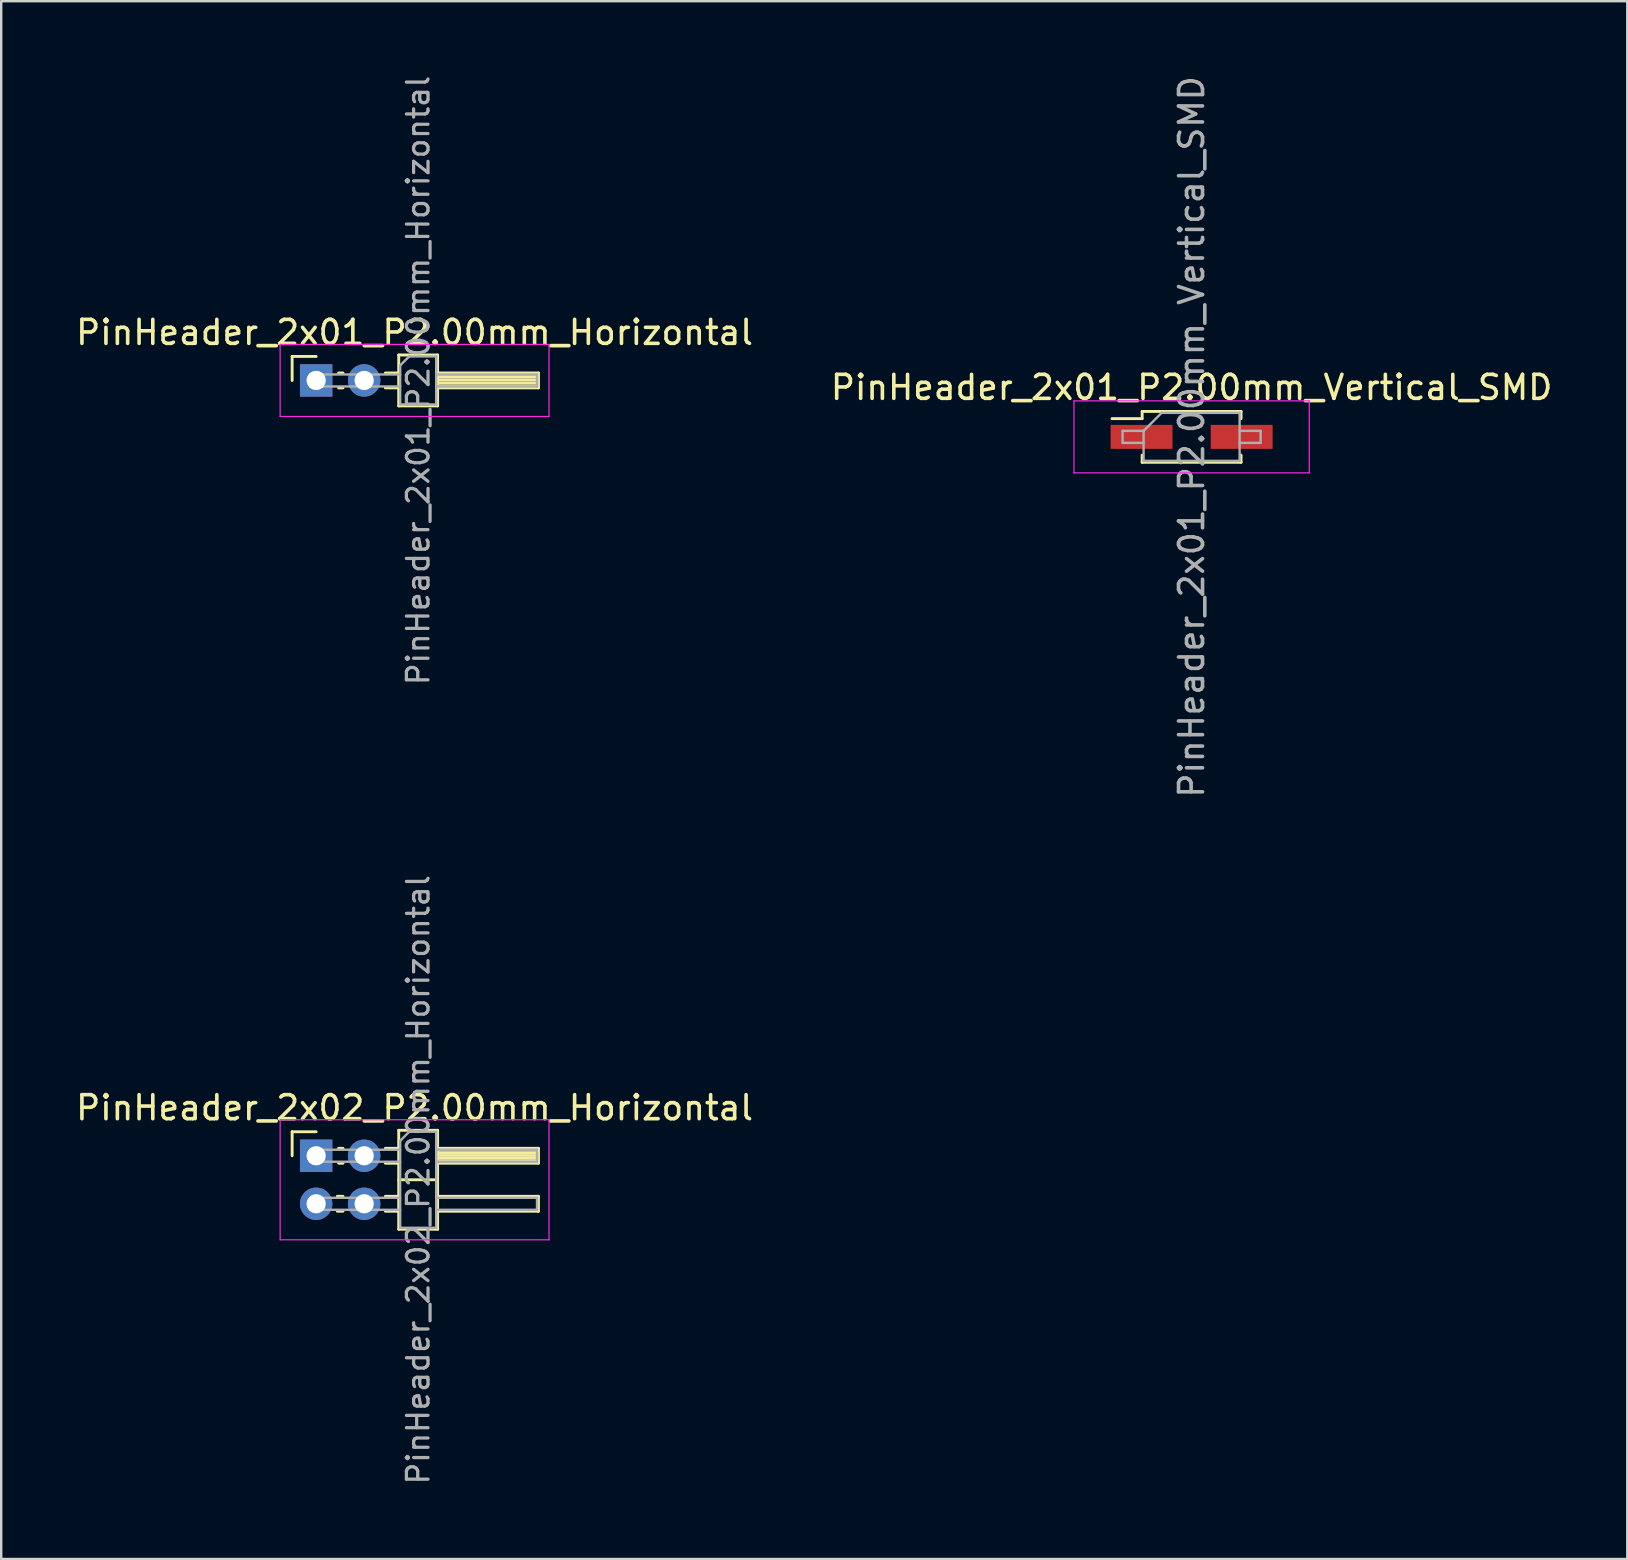
<source format=kicad_pcb>
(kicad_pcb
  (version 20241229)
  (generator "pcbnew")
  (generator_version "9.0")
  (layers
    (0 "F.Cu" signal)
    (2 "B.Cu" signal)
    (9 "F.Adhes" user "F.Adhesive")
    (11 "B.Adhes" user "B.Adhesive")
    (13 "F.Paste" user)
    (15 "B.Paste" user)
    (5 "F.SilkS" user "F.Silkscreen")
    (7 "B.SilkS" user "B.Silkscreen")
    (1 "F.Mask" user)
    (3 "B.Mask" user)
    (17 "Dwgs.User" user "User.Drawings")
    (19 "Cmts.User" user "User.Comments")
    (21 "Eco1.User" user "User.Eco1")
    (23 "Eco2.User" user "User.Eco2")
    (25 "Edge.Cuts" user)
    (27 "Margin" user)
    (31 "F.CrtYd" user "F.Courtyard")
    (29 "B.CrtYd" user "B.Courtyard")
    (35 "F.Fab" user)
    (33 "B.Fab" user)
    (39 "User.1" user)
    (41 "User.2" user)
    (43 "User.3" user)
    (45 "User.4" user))
  (footprint "PinHeader_2x01_P2.00mm_Horizontal"
    (layer "F.Cu")
    (at 10.12 12.798)
    (property "Reference" "PinHeader_2x01_P2.00mm_Horizontal" (at 4.1 -2 0) (layer "F.SilkS") (effects (font (size 1 1) (thickness 0.15))))
    (attr through_hole)
    (fp_line (start -1 -1) (end 0 -1) (stroke (width 0.12) (type solid)) (layer "F.SilkS"))
    (fp_line (start -1 0) (end -1 -1) (stroke (width 0.12) (type solid)) (layer "F.SilkS"))
    (fp_line (start 0.935 -0.31) (end 1.118 -0.31) (stroke (width 0.12) (type solid)) (layer "F.SilkS"))
    (fp_line (start 0.935 0.31) (end 1.118 0.31) (stroke (width 0.12) (type solid)) (layer "F.SilkS"))
    (fp_line (start 2.882 -0.31) (end 3.44 -0.31) (stroke (width 0.12) (type solid)) (layer "F.SilkS"))
    (fp_line (start 2.882 0.31) (end 3.44 0.31) (stroke (width 0.12) (type solid)) (layer "F.SilkS"))
    (fp_line (start 3.44 -1.06) (end 3.44 1.06) (stroke (width 0.12) (type solid)) (layer "F.SilkS"))
    (fp_line (start 3.44 1.06) (end 5.06 1.06) (stroke (width 0.12) (type solid)) (layer "F.SilkS"))
    (fp_line (start 5.06 -1.06) (end 3.44 -1.06) (stroke (width 0.12) (type solid)) (layer "F.SilkS"))
    (fp_line (start 5.06 -0.31) (end 9.26 -0.31) (stroke (width 0.12) (type solid)) (layer "F.SilkS"))
    (fp_line (start 5.06 -0.25) (end 9.26 -0.25) (stroke (width 0.12) (type solid)) (layer "F.SilkS"))
    (fp_line (start 5.06 -0.13) (end 9.26 -0.13) (stroke (width 0.12) (type solid)) (layer "F.SilkS"))
    (fp_line (start 5.06 -0.01) (end 9.26 -0.01) (stroke (width 0.12) (type solid)) (layer "F.SilkS"))
    (fp_line (start 5.06 0.11) (end 9.26 0.11) (stroke (width 0.12) (type solid)) (layer "F.SilkS"))
    (fp_line (start 5.06 0.23) (end 9.26 0.23) (stroke (width 0.12) (type solid)) (layer "F.SilkS"))
    (fp_line (start 5.06 1.06) (end 5.06 -1.06) (stroke (width 0.12) (type solid)) (layer "F.SilkS"))
    (fp_line (start 9.26 -0.31) (end 9.26 0.31) (stroke (width 0.12) (type solid)) (layer "F.SilkS"))
    (fp_line (start 9.26 0.31) (end 5.06 0.31) (stroke (width 0.12) (type solid)) (layer "F.SilkS"))
    (fp_line (start -1.5 -1.5) (end -1.5 1.5) (stroke (width 0.05) (type solid)) (layer "F.CrtYd"))
    (fp_line (start -1.5 1.5) (end 9.7 1.5) (stroke (width 0.05) (type solid)) (layer "F.CrtYd"))
    (fp_line (start 9.7 -1.5) (end -1.5 -1.5) (stroke (width 0.05) (type solid)) (layer "F.CrtYd"))
    (fp_line (start 9.7 1.5) (end 9.7 -1.5) (stroke (width 0.05) (type solid)) (layer "F.CrtYd"))
    (fp_line (start -0.25 -0.25) (end -0.25 0.25) (stroke (width 0.1) (type solid)) (layer "F.Fab"))
    (fp_line (start -0.25 -0.25) (end 3.5 -0.25) (stroke (width 0.1) (type solid)) (layer "F.Fab"))
    (fp_line (start -0.25 0.25) (end 3.5 0.25) (stroke (width 0.1) (type solid)) (layer "F.Fab"))
    (fp_line (start 3.5 -0.625) (end 3.875 -1) (stroke (width 0.1) (type solid)) (layer "F.Fab"))
    (fp_line (start 3.5 1) (end 3.5 -0.625) (stroke (width 0.1) (type solid)) (layer "F.Fab"))
    (fp_line (start 3.875 -1) (end 5 -1) (stroke (width 0.1) (type solid)) (layer "F.Fab"))
    (fp_line (start 5 -1) (end 5 1) (stroke (width 0.1) (type solid)) (layer "F.Fab"))
    (fp_line (start 5 -0.25) (end 9.2 -0.25) (stroke (width 0.1) (type solid)) (layer "F.Fab"))
    (fp_line (start 5 0.25) (end 9.2 0.25) (stroke (width 0.1) (type solid)) (layer "F.Fab"))
    (fp_line (start 5 1) (end 3.5 1) (stroke (width 0.1) (type solid)) (layer "F.Fab"))
    (fp_line (start 9.2 -0.25) (end 9.2 0.25) (stroke (width 0.1) (type solid)) (layer "F.Fab"))
    (fp_text user "${REFERENCE}" (at 4.25 0 90) (layer "F.Fab") (effects (font (size 0.9 0.9) (thickness 0.135))))
    (pad "1" thru_hole rect (at 0 0) (size 1.35 1.35) (drill 0.8) (layers "*.Cu" "*.Mask"))
    (pad "2" thru_hole oval (at 2 0) (size 1.35 1.35) (drill 0.8) (layers "*.Cu" "*.Mask")))
  (footprint "PinHeader_2x02_P2.00mm_Horizontal"
    (layer "F.Cu")
    (at 10.12 45.096)
    (property "Reference" "PinHeader_2x02_P2.00mm_Horizontal" (at 4.1 -2 0) (layer "F.SilkS") (effects (font (size 1 1) (thickness 0.15))))
    (attr through_hole)
    (fp_line (start -1 -1) (end 0 -1) (stroke (width 0.12) (type solid)) (layer "F.SilkS"))
    (fp_line (start -1 0) (end -1 -1) (stroke (width 0.12) (type solid)) (layer "F.SilkS"))
    (fp_line (start 0.882 1.69) (end 1.118 1.69) (stroke (width 0.12) (type solid)) (layer "F.SilkS"))
    (fp_line (start 0.882 2.31) (end 1.118 2.31) (stroke (width 0.12) (type solid)) (layer "F.SilkS"))
    (fp_line (start 0.935 -0.31) (end 1.118 -0.31) (stroke (width 0.12) (type solid)) (layer "F.SilkS"))
    (fp_line (start 0.935 0.31) (end 1.118 0.31) (stroke (width 0.12) (type solid)) (layer "F.SilkS"))
    (fp_line (start 2.882 -0.31) (end 3.44 -0.31) (stroke (width 0.12) (type solid)) (layer "F.SilkS"))
    (fp_line (start 2.882 0.31) (end 3.44 0.31) (stroke (width 0.12) (type solid)) (layer "F.SilkS"))
    (fp_line (start 2.882 1.69) (end 3.44 1.69) (stroke (width 0.12) (type solid)) (layer "F.SilkS"))
    (fp_line (start 2.882 2.31) (end 3.44 2.31) (stroke (width 0.12) (type solid)) (layer "F.SilkS"))
    (fp_line (start 3.44 -1.06) (end 3.44 3.06) (stroke (width 0.12) (type solid)) (layer "F.SilkS"))
    (fp_line (start 3.44 1) (end 5.06 1) (stroke (width 0.12) (type solid)) (layer "F.SilkS"))
    (fp_line (start 3.44 3.06) (end 5.06 3.06) (stroke (width 0.12) (type solid)) (layer "F.SilkS"))
    (fp_line (start 5.06 -1.06) (end 3.44 -1.06) (stroke (width 0.12) (type solid)) (layer "F.SilkS"))
    (fp_line (start 5.06 -0.31) (end 9.26 -0.31) (stroke (width 0.12) (type solid)) (layer "F.SilkS"))
    (fp_line (start 5.06 -0.25) (end 9.26 -0.25) (stroke (width 0.12) (type solid)) (layer "F.SilkS"))
    (fp_line (start 5.06 -0.13) (end 9.26 -0.13) (stroke (width 0.12) (type solid)) (layer "F.SilkS"))
    (fp_line (start 5.06 -0.01) (end 9.26 -0.01) (stroke (width 0.12) (type solid)) (layer "F.SilkS"))
    (fp_line (start 5.06 0.11) (end 9.26 0.11) (stroke (width 0.12) (type solid)) (layer "F.SilkS"))
    (fp_line (start 5.06 0.23) (end 9.26 0.23) (stroke (width 0.12) (type solid)) (layer "F.SilkS"))
    (fp_line (start 5.06 1.69) (end 9.26 1.69) (stroke (width 0.12) (type solid)) (layer "F.SilkS"))
    (fp_line (start 5.06 3.06) (end 5.06 -1.06) (stroke (width 0.12) (type solid)) (layer "F.SilkS"))
    (fp_line (start 9.26 -0.31) (end 9.26 0.31) (stroke (width 0.12) (type solid)) (layer "F.SilkS"))
    (fp_line (start 9.26 0.31) (end 5.06 0.31) (stroke (width 0.12) (type solid)) (layer "F.SilkS"))
    (fp_line (start 9.26 1.69) (end 9.26 2.31) (stroke (width 0.12) (type solid)) (layer "F.SilkS"))
    (fp_line (start 9.26 2.31) (end 5.06 2.31) (stroke (width 0.12) (type solid)) (layer "F.SilkS"))
    (fp_line (start -1.5 -1.5) (end -1.5 3.5) (stroke (width 0.05) (type solid)) (layer "F.CrtYd"))
    (fp_line (start -1.5 3.5) (end 9.7 3.5) (stroke (width 0.05) (type solid)) (layer "F.CrtYd"))
    (fp_line (start 9.7 -1.5) (end -1.5 -1.5) (stroke (width 0.05) (type solid)) (layer "F.CrtYd"))
    (fp_line (start 9.7 3.5) (end 9.7 -1.5) (stroke (width 0.05) (type solid)) (layer "F.CrtYd"))
    (fp_line (start -0.25 -0.25) (end -0.25 0.25) (stroke (width 0.1) (type solid)) (layer "F.Fab"))
    (fp_line (start -0.25 -0.25) (end 3.5 -0.25) (stroke (width 0.1) (type solid)) (layer "F.Fab"))
    (fp_line (start -0.25 0.25) (end 3.5 0.25) (stroke (width 0.1) (type solid)) (layer "F.Fab"))
    (fp_line (start -0.25 1.75) (end -0.25 2.25) (stroke (width 0.1) (type solid)) (layer "F.Fab"))
    (fp_line (start -0.25 1.75) (end 3.5 1.75) (stroke (width 0.1) (type solid)) (layer "F.Fab"))
    (fp_line (start -0.25 2.25) (end 3.5 2.25) (stroke (width 0.1) (type solid)) (layer "F.Fab"))
    (fp_line (start 3.5 -0.625) (end 3.875 -1) (stroke (width 0.1) (type solid)) (layer "F.Fab"))
    (fp_line (start 3.5 3) (end 3.5 -0.625) (stroke (width 0.1) (type solid)) (layer "F.Fab"))
    (fp_line (start 3.875 -1) (end 5 -1) (stroke (width 0.1) (type solid)) (layer "F.Fab"))
    (fp_line (start 5 -1) (end 5 3) (stroke (width 0.1) (type solid)) (layer "F.Fab"))
    (fp_line (start 5 -0.25) (end 9.2 -0.25) (stroke (width 0.1) (type solid)) (layer "F.Fab"))
    (fp_line (start 5 0.25) (end 9.2 0.25) (stroke (width 0.1) (type solid)) (layer "F.Fab"))
    (fp_line (start 5 1.75) (end 9.2 1.75) (stroke (width 0.1) (type solid)) (layer "F.Fab"))
    (fp_line (start 5 2.25) (end 9.2 2.25) (stroke (width 0.1) (type solid)) (layer "F.Fab"))
    (fp_line (start 5 3) (end 3.5 3) (stroke (width 0.1) (type solid)) (layer "F.Fab"))
    (fp_line (start 9.2 -0.25) (end 9.2 0.25) (stroke (width 0.1) (type solid)) (layer "F.Fab"))
    (fp_line (start 9.2 1.75) (end 9.2 2.25) (stroke (width 0.1) (type solid)) (layer "F.Fab"))
    (fp_text user "${REFERENCE}" (at 4.25 1 90) (layer "F.Fab") (effects (font (size 0.9 0.9) (thickness 0.135))))
    (pad "1" thru_hole rect (at 0 0) (size 1.35 1.35) (drill 0.8) (layers "*.Cu" "*.Mask"))
    (pad "2" thru_hole oval (at 2 0) (size 1.35 1.35) (drill 0.8) (layers "*.Cu" "*.Mask"))
    (pad "3" thru_hole oval (at 0 2) (size 1.35 1.35) (drill 0.8) (layers "*.Cu" "*.Mask"))
    (pad "4" thru_hole oval (at 2 2) (size 1.35 1.35) (drill 0.8) (layers "*.Cu" "*.Mask")))
  (footprint "PinHeader_2x01_P2.00mm_Vertical_SMD"
    (layer "F.Cu")
    (at 46.589 15.149)
    (property "Reference" "PinHeader_2x01_P2.00mm_Vertical_SMD" (at 0 -2.06 0) (layer "F.SilkS") (effects (font (size 1 1) (thickness 0.15))))
    (attr smd)
    (fp_line (start -3.315 -0.76) (end -2.06 -0.76) (stroke (width 0.12) (type solid)) (layer "F.SilkS"))
    (fp_line (start -2.06 -1.06) (end -2.06 -0.76) (stroke (width 0.12) (type solid)) (layer "F.SilkS"))
    (fp_line (start -2.06 -1.06) (end 2.06 -1.06) (stroke (width 0.12) (type solid)) (layer "F.SilkS"))
    (fp_line (start -2.06 0.76) (end -2.06 1.06) (stroke (width 0.12) (type solid)) (layer "F.SilkS"))
    (fp_line (start -2.06 1.06) (end 2.06 1.06) (stroke (width 0.12) (type solid)) (layer "F.SilkS"))
    (fp_line (start 2.06 -1.06) (end 2.06 -0.76) (stroke (width 0.12) (type solid)) (layer "F.SilkS"))
    (fp_line (start 2.06 0.76) (end 2.06 1.06) (stroke (width 0.12) (type solid)) (layer "F.SilkS"))
    (fp_line (start -4.9 -1.5) (end -4.9 1.5) (stroke (width 0.05) (type solid)) (layer "F.CrtYd"))
    (fp_line (start -4.9 1.5) (end 4.9 1.5) (stroke (width 0.05) (type solid)) (layer "F.CrtYd"))
    (fp_line (start 4.9 -1.5) (end -4.9 -1.5) (stroke (width 0.05) (type solid)) (layer "F.CrtYd"))
    (fp_line (start 4.9 1.5) (end 4.9 -1.5) (stroke (width 0.05) (type solid)) (layer "F.CrtYd"))
    (fp_line (start -2.875 -0.25) (end -2.875 0.25) (stroke (width 0.1) (type solid)) (layer "F.Fab"))
    (fp_line (start -2.875 0.25) (end -2 0.25) (stroke (width 0.1) (type solid)) (layer "F.Fab"))
    (fp_line (start -2 -0.25) (end -2.875 -0.25) (stroke (width 0.1) (type solid)) (layer "F.Fab"))
    (fp_line (start -2 -0.25) (end -1.25 -1) (stroke (width 0.1) (type solid)) (layer "F.Fab"))
    (fp_line (start -2 1) (end -2 -0.25) (stroke (width 0.1) (type solid)) (layer "F.Fab"))
    (fp_line (start -1.25 -1) (end 2 -1) (stroke (width 0.1) (type solid)) (layer "F.Fab"))
    (fp_line (start 2 -1) (end 2 1) (stroke (width 0.1) (type solid)) (layer "F.Fab"))
    (fp_line (start 2 -0.25) (end 2.875 -0.25) (stroke (width 0.1) (type solid)) (layer "F.Fab"))
    (fp_line (start 2 1) (end -2 1) (stroke (width 0.1) (type solid)) (layer "F.Fab"))
    (fp_line (start 2.875 -0.25) (end 2.875 0.25) (stroke (width 0.1) (type solid)) (layer "F.Fab"))
    (fp_line (start 2.875 0.25) (end 2 0.25) (stroke (width 0.1) (type solid)) (layer "F.Fab"))
    (fp_text user "${REFERENCE}" (at 0 0 90) (layer "F.Fab") (effects (font (size 1 1) (thickness 0.15))))
    (pad "1" smd rect (at -2.085 0) (size 2.58 1) (layers "F.Cu" "F.Mask" "F.Paste"))
    (pad "2" smd rect (at 2.085 0) (size 2.58 1) (layers "F.Cu" "F.Mask" "F.Paste")))
  (gr_rect
    (start -3 -3)
    (end 64.738 61.894)
    (stroke (width 0.1) (type default))
    (fill no)
    (layer "Edge.Cuts")))
</source>
